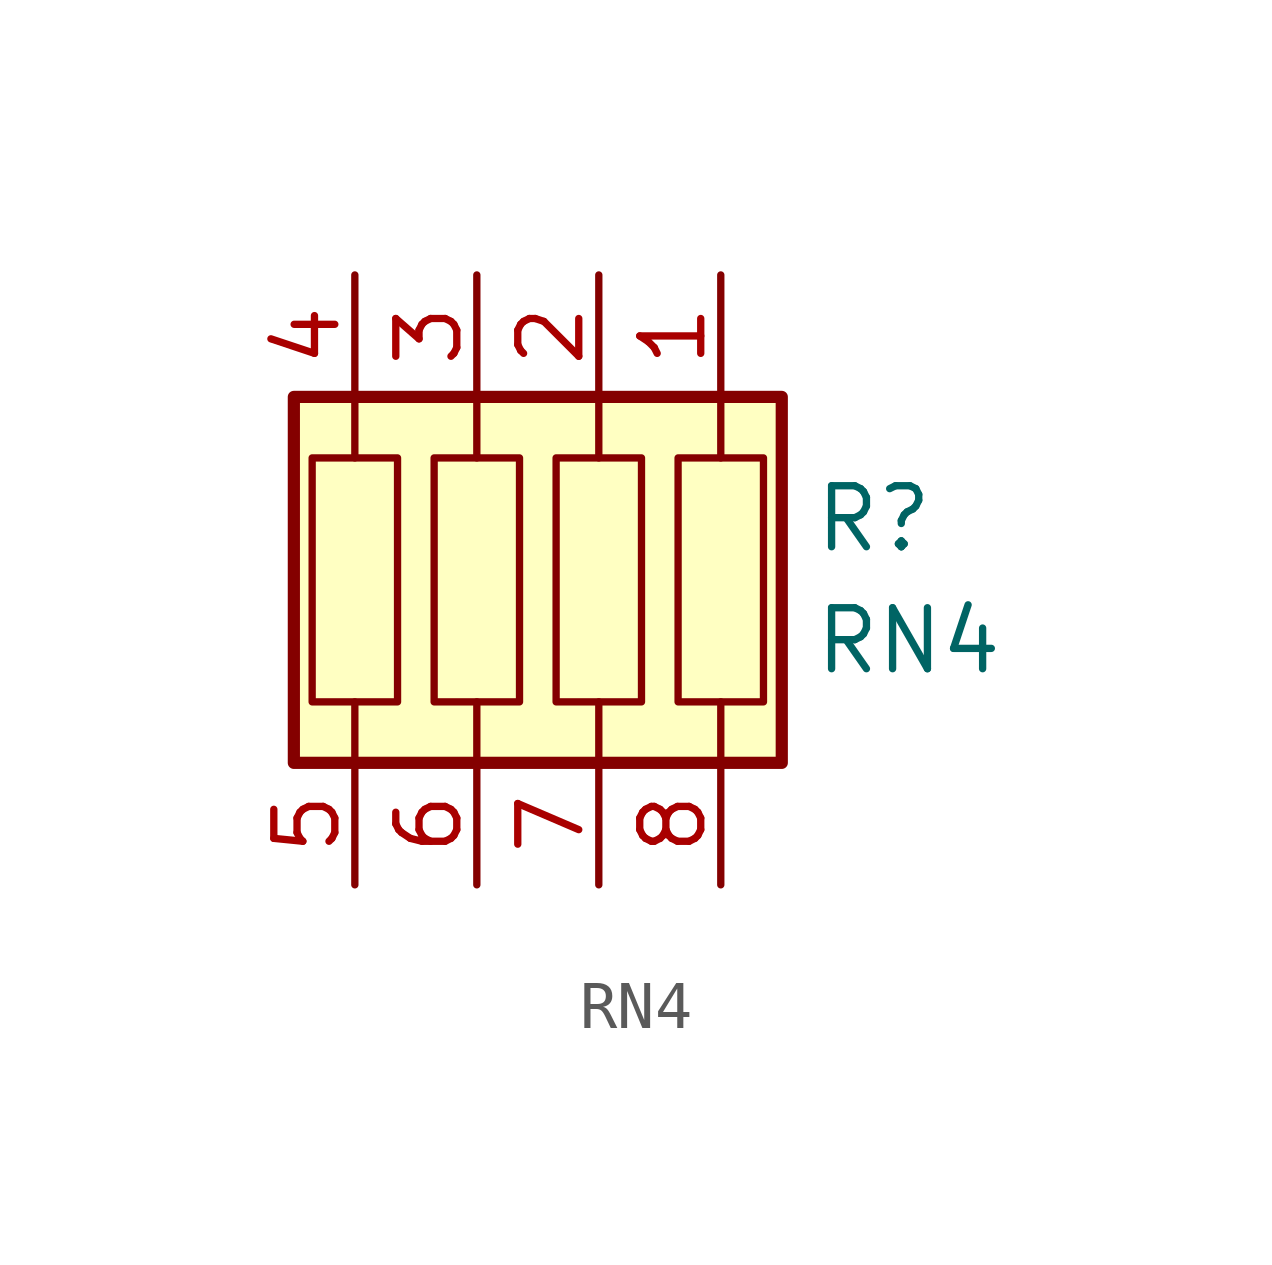
<source format=kicad_sym>
(kicad_symbol_lib
  (version 20211014)
  (generator kicad_symbol_editor)
  (symbol "RN4"
    (pin_names
      (offset 0) hide)
    (property "Reference" "R"
      (at 5.715 1.27 0)
      (effects (font (size 1.27 1.27)) (justify left)))
    (property "Value" "RN4"
      (at 5.715 -1.27 0)
      (effects (font (size 1.27 1.27)) (justify left)))
    (symbol "RN4_0_1"
      (rectangle (start -5.08 3.81) (end 5.08 -3.81) (stroke (width 0.254) (type default) (color 0 0 0 0)) (fill (type background)))
      (rectangle (start -4.699 2.54) (end -2.921 -2.54) (stroke (width 0) (type default) (color 0 0 0 0)) (fill (type none)))
      (rectangle (start -2.159 2.54) (end -0.381 -2.54) (stroke (width 0) (type default) (color 0 0 0 0)) (fill (type none)))
      (polyline (pts (xy -3.81 -3.81) (xy -3.81 -2.54)) (stroke (width 0) (type default) (color 0 0 0 0)) (fill (type none)))
      (polyline (pts (xy -3.81 3.81) (xy -3.81 2.54)) (stroke (width 0) (type default) (color 0 0 0 0)) (fill (type none)))
      (polyline (pts (xy -1.27 -3.81) (xy -1.27 -2.54)) (stroke (width 0) (type default) (color 0 0 0 0)) (fill (type none)))
      (polyline (pts (xy -1.27 3.81) (xy -1.27 2.54)) (stroke (width 0) (type default) (color 0 0 0 0)) (fill (type none)))
      (polyline (pts (xy 1.27 -3.81) (xy 1.27 -2.54)) (stroke (width 0) (type default) (color 0 0 0 0)) (fill (type none)))
      (polyline (pts (xy 1.27 3.81) (xy 1.27 2.54)) (stroke (width 0) (type default) (color 0 0 0 0)) (fill (type none)))
      (polyline (pts (xy 3.81 -3.81) (xy 3.81 -2.54)) (stroke (width 0) (type default) (color 0 0 0 0)) (fill (type none)))
      (polyline (pts (xy 3.81 3.81) (xy 3.81 2.54)) (stroke (width 0) (type default) (color 0 0 0 0)) (fill (type none)))
      (rectangle (start 0.381 2.54) (end 2.159 -2.54) (stroke (width 0) (type default) (color 0 0 0 0)) (fill (type none)))
      (rectangle (start 2.921 2.54) (end 4.699 -2.54) (stroke (width 0) (type default) (color 0 0 0 0)) (fill (type none))))
    (symbol "RN4_1_1"
      (pin passive line (at 3.81 6.35 270) (length 2.54) (name "~" (effects (font (size 1.27 1.27)))) (number "1" (effects (font (size 1.27 1.27)))))
      (pin passive line (at 1.27 6.35 270) (length 2.54) (name "~" (effects (font (size 1.27 1.27)))) (number "2" (effects (font (size 1.27 1.27)))))
      (pin passive line (at -1.27 6.35 270) (length 2.54) (name "~" (effects (font (size 1.27 1.27)))) (number "3" (effects (font (size 1.27 1.27)))))
      (pin passive line (at -3.81 6.35 270) (length 2.54) (name "~" (effects (font (size 1.27 1.27)))) (number "4" (effects (font (size 1.27 1.27)))))
      (pin passive line (at -3.81 -6.35 90) (length 2.54) (name "~" (effects (font (size 1.27 1.27)))) (number "5" (effects (font (size 1.27 1.27)))))
      (pin passive line (at -1.27 -6.35 90) (length 2.54) (name "~" (effects (font (size 1.27 1.27)))) (number "6" (effects (font (size 1.27 1.27)))))
      (pin passive line (at 1.27 -6.35 90) (length 2.54) (name "~" (effects (font (size 1.27 1.27)))) (number "7" (effects (font (size 1.27 1.27)))))
      (pin passive line (at 3.81 -6.35 90) (length 2.54) (name "~" (effects (font (size 1.27 1.27)))) (number "8" (effects (font (size 1.27 1.27))))))))
</source>
